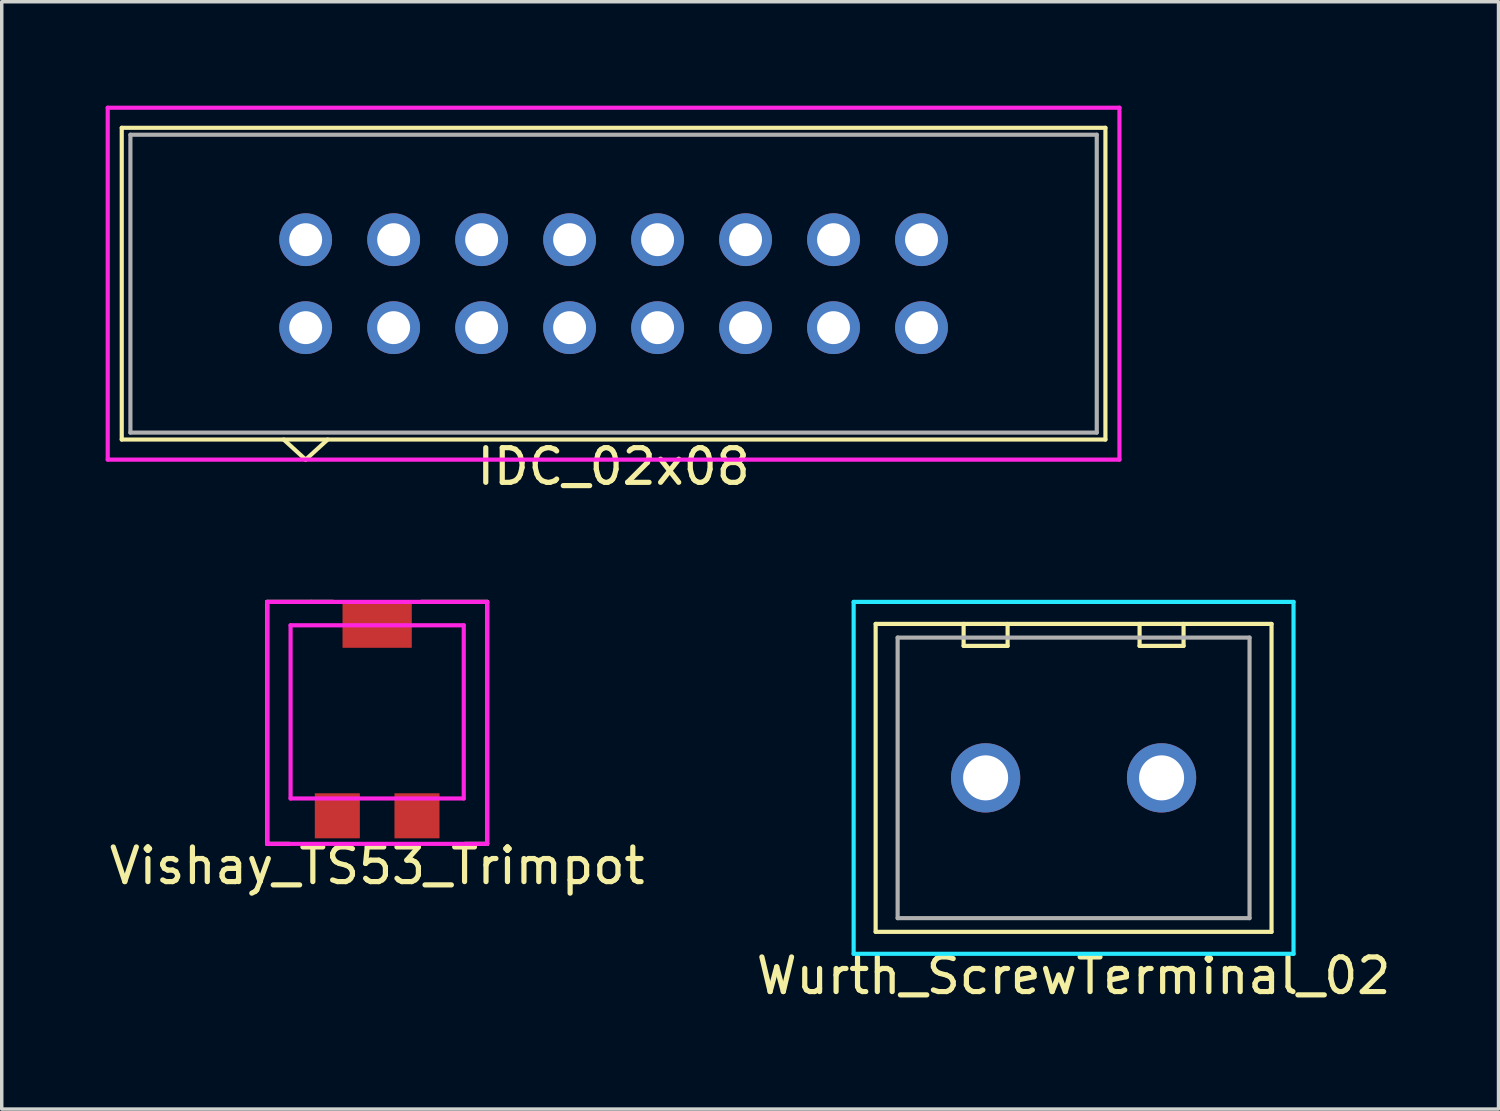
<source format=kicad_pcb>
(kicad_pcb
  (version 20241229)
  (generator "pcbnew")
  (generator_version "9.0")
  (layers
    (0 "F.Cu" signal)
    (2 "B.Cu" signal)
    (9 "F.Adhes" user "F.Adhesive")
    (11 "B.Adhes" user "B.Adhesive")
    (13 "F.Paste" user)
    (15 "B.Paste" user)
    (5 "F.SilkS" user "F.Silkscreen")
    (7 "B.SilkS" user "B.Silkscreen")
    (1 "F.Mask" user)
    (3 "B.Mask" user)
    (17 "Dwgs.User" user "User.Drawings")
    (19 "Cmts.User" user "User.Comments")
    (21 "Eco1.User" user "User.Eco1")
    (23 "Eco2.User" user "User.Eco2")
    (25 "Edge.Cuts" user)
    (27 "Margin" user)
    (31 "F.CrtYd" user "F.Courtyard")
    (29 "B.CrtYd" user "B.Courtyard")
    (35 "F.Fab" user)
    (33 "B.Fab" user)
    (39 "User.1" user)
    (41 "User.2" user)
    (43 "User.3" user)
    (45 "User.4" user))
  (footprint "IDC_02x08"
    (layer "F.Cu")
    (at 14.665 5.14)
    (property "Reference" "IDC_02x08" (at 0 5.28 0) (layer "F.SilkS") (effects (font (size 1 1) (thickness 0.15))))
    (attr through_hole)
    (fp_line (start -14.2 -4.5) (end 14.2 -4.5) (stroke (width 0.12) (type solid)) (layer "F.SilkS"))
    (fp_line (start -14.2 4.5) (end -14.2 -4.5) (stroke (width 0.12) (type solid)) (layer "F.SilkS"))
    (fp_line (start -8.89 5.08) (end -9.525 4.5) (stroke (width 0.12) (type solid)) (layer "F.SilkS"))
    (fp_line (start -8.89 5.08) (end -8.255 4.5) (stroke (width 0.12) (type solid)) (layer "F.SilkS"))
    (fp_line (start 14.2 -4.5) (end 14.2 4.5) (stroke (width 0.12) (type solid)) (layer "F.SilkS"))
    (fp_line (start 14.2 4.5) (end -14.2 4.5) (stroke (width 0.12) (type solid)) (layer "F.SilkS"))
    (fp_line (start -14.605 -5.08) (end 14.605 -5.08) (stroke (width 0.12) (type solid)) (layer "F.CrtYd"))
    (fp_line (start -14.605 5.08) (end -14.605 -5.08) (stroke (width 0.12) (type solid)) (layer "F.CrtYd"))
    (fp_line (start 14.605 -5.08) (end 14.605 5.08) (stroke (width 0.12) (type solid)) (layer "F.CrtYd"))
    (fp_line (start 14.605 5.08) (end -14.605 5.08) (stroke (width 0.12) (type solid)) (layer "F.CrtYd"))
    (fp_line (start -13.95 -4.3) (end 13.95 -4.3) (stroke (width 0.12) (type solid)) (layer "F.Fab"))
    (fp_line (start -13.95 4.3) (end -13.95 -4.3) (stroke (width 0.12) (type solid)) (layer "F.Fab"))
    (fp_line (start 13.95 -4.3) (end 13.95 4.3) (stroke (width 0.12) (type solid)) (layer "F.Fab"))
    (fp_line (start 13.95 4.3) (end -13.95 4.3) (stroke (width 0.12) (type solid)) (layer "F.Fab"))
    (pad "1" thru_hole circle (at -8.89 1.27) (size 1.524 1.524) (drill 0.95) (layers "*.Cu" "*.Mask"))
    (pad "2" thru_hole circle (at -8.89 -1.27) (size 1.524 1.524) (drill 0.95) (layers "*.Cu" "*.Mask"))
    (pad "3" thru_hole circle (at -6.35 1.27) (size 1.524 1.524) (drill 0.95) (layers "*.Cu" "*.Mask"))
    (pad "4" thru_hole circle (at -6.35 -1.27) (size 1.524 1.524) (drill 0.95) (layers "*.Cu" "*.Mask"))
    (pad "5" thru_hole circle (at -3.81 1.27) (size 1.524 1.524) (drill 0.95) (layers "*.Cu" "*.Mask"))
    (pad "6" thru_hole circle (at -3.81 -1.27) (size 1.524 1.524) (drill 0.95) (layers "*.Cu" "*.Mask"))
    (pad "7" thru_hole circle (at -1.27 1.27) (size 1.524 1.524) (drill 0.95) (layers "*.Cu" "*.Mask"))
    (pad "8" thru_hole circle (at -1.27 -1.27) (size 1.524 1.524) (drill 0.95) (layers "*.Cu" "*.Mask"))
    (pad "9" thru_hole circle (at 1.27 1.27) (size 1.524 1.524) (drill 0.95) (layers "*.Cu" "*.Mask"))
    (pad "10" thru_hole circle (at 1.27 -1.27) (size 1.524 1.524) (drill 0.95) (layers "*.Cu" "*.Mask"))
    (pad "11" thru_hole circle (at 3.81 1.27) (size 1.524 1.524) (drill 0.95) (layers "*.Cu" "*.Mask"))
    (pad "12" thru_hole circle (at 3.81 -1.27) (size 1.524 1.524) (drill 0.95) (layers "*.Cu" "*.Mask"))
    (pad "13" thru_hole circle (at 6.35 1.27) (size 1.524 1.524) (drill 0.95) (layers "*.Cu" "*.Mask"))
    (pad "14" thru_hole circle (at 6.35 -1.27) (size 1.524 1.524) (drill 0.95) (layers "*.Cu" "*.Mask"))
    (pad "15" thru_hole circle (at 8.89 1.27) (size 1.524 1.524) (drill 0.95) (layers "*.Cu" "*.Mask"))
    (pad "16" thru_hole circle (at 8.89 -1.27) (size 1.524 1.524) (drill 0.95) (layers "*.Cu" "*.Mask")))
  (footprint "Vishay_TS53_Trimpot"
    (layer "F.Cu")
    (at 7.839 17.503)
    (property "Reference" "Vishay_TS53_Trimpot" (at 0 4.445 0) (layer "F.SilkS") (effects (font (size 1 1) (thickness 0.15))))
    (attr through_hole)
    (fp_line (start -3.175 -3.175) (end -1.905 -3.175) (stroke (width 0.12) (type solid)) (layer "F.SilkS"))
    (fp_line (start -3.175 3.81) (end -3.175 -3.175) (stroke (width 0.12) (type solid)) (layer "F.SilkS"))
    (fp_line (start -3.175 3.81) (end -2.54 3.81) (stroke (width 0.12) (type solid)) (layer "F.SilkS"))
    (fp_line (start -1.905 -3.175) (end -1.27 -3.175) (stroke (width 0.12) (type solid)) (layer "F.SilkS"))
    (fp_line (start 3.175 -3.175) (end 1.27 -3.175) (stroke (width 0.12) (type solid)) (layer "F.SilkS"))
    (fp_line (start 3.175 -3.175) (end 3.175 3.81) (stroke (width 0.12) (type solid)) (layer "F.SilkS"))
    (fp_line (start 3.175 3.81) (end 2.54 3.81) (stroke (width 0.12) (type solid)) (layer "F.SilkS"))
    (fp_line (start -3.175 -3.175) (end -3.175 3.81) (stroke (width 0.12) (type solid)) (layer "F.CrtYd"))
    (fp_line (start -3.175 3.81) (end 3.175 3.81) (stroke (width 0.12) (type solid)) (layer "F.CrtYd"))
    (fp_line (start -2.5 -2.5) (end -2.5 2.5) (stroke (width 0.12) (type solid)) (layer "F.CrtYd"))
    (fp_line (start -2.5 2.5) (end 2.5 2.5) (stroke (width 0.12) (type solid)) (layer "F.CrtYd"))
    (fp_line (start 2.5 -2.5) (end -2.5 -2.5) (stroke (width 0.12) (type solid)) (layer "F.CrtYd"))
    (fp_line (start 2.5 2.5) (end 2.5 -2.5) (stroke (width 0.12) (type solid)) (layer "F.CrtYd"))
    (fp_line (start 3.175 -3.175) (end -3.175 -3.175) (stroke (width 0.12) (type solid)) (layer "F.CrtYd"))
    (fp_line (start 3.175 3.81) (end 3.175 -3.175) (stroke (width 0.12) (type solid)) (layer "F.CrtYd"))
    (pad "1" smd rect (at -1.15 3) (size 1.3 1.3) (layers "F.Cu" "F.Mask" "F.Paste"))
    (pad "2" smd rect (at 0 -2.5) (size 2 1.3) (layers "F.Cu" "F.Mask" "F.Paste"))
    (pad "3" smd rect (at 1.15 3) (size 1.3 1.3) (layers "F.Cu" "F.Mask" "F.Paste")))
  (footprint "Wurth_ScrewTerminal_02"
    (layer "F.Cu")
    (at 27.946 19.408)
    (property "Reference" "Wurth_ScrewTerminal_02" (at 0 5.715 0) (layer "F.SilkS") (effects (font (size 1 1) (thickness 0.15))))
    (attr through_hole)
    (fp_line (start -5.715 -4.445) (end -5.715 4.445) (stroke (width 0.12) (type solid)) (layer "F.SilkS"))
    (fp_line (start -5.715 -4.445) (end 5.715 -4.445) (stroke (width 0.12) (type solid)) (layer "F.SilkS"))
    (fp_line (start -3.175 -4.445) (end -3.175 -3.81) (stroke (width 0.12) (type solid)) (layer "F.SilkS"))
    (fp_line (start -3.175 -3.81) (end -1.905 -3.81) (stroke (width 0.12) (type solid)) (layer "F.SilkS"))
    (fp_line (start -1.905 -3.81) (end -1.905 -4.445) (stroke (width 0.12) (type solid)) (layer "F.SilkS"))
    (fp_line (start 1.905 -4.445) (end 1.905 -3.81) (stroke (width 0.12) (type solid)) (layer "F.SilkS"))
    (fp_line (start 1.905 -3.81) (end 3.175 -3.81) (stroke (width 0.12) (type solid)) (layer "F.SilkS"))
    (fp_line (start 3.175 -3.81) (end 3.175 -4.445) (stroke (width 0.12) (type solid)) (layer "F.SilkS"))
    (fp_line (start 5.715 -4.445) (end 5.715 4.445) (stroke (width 0.12) (type solid)) (layer "F.SilkS"))
    (fp_line (start 5.715 4.445) (end -5.715 4.445) (stroke (width 0.12) (type solid)) (layer "F.SilkS"))
    (fp_line (start -6.35 -5.08) (end 6.35 -5.08) (stroke (width 0.12) (type solid)) (layer "B.CrtYd"))
    (fp_line (start -6.35 5.08) (end -6.35 -5.08) (stroke (width 0.12) (type solid)) (layer "B.CrtYd"))
    (fp_line (start 6.35 -5.08) (end 6.35 5.08) (stroke (width 0.12) (type solid)) (layer "B.CrtYd"))
    (fp_line (start 6.35 5.08) (end -6.35 5.08) (stroke (width 0.12) (type solid)) (layer "B.CrtYd"))
    (fp_line (start -5.08 -4.05) (end 5.08 -4.05) (stroke (width 0.12) (type solid)) (layer "F.Fab"))
    (fp_line (start -5.08 4.05) (end -5.08 -4.05) (stroke (width 0.12) (type solid)) (layer "F.Fab"))
    (fp_line (start 5.08 -4.05) (end 5.08 4.05) (stroke (width 0.12) (type solid)) (layer "F.Fab"))
    (fp_line (start 5.08 4.05) (end -5.08 4.05) (stroke (width 0.12) (type solid)) (layer "F.Fab"))
    (pad "1" thru_hole circle (at -2.54 0) (size 2 2) (drill 1.3) (layers "*.Cu" "*.Mask"))
    (pad "2" thru_hole circle (at 2.54 0) (size 2 2) (drill 1.3) (layers "*.Cu" "*.Mask")))
  (gr_rect
    (start -3 -3)
    (end 40.214 28.971)
    (stroke (width 0.1) (type default))
    (fill no)
    (layer "Edge.Cuts")))
</source>
